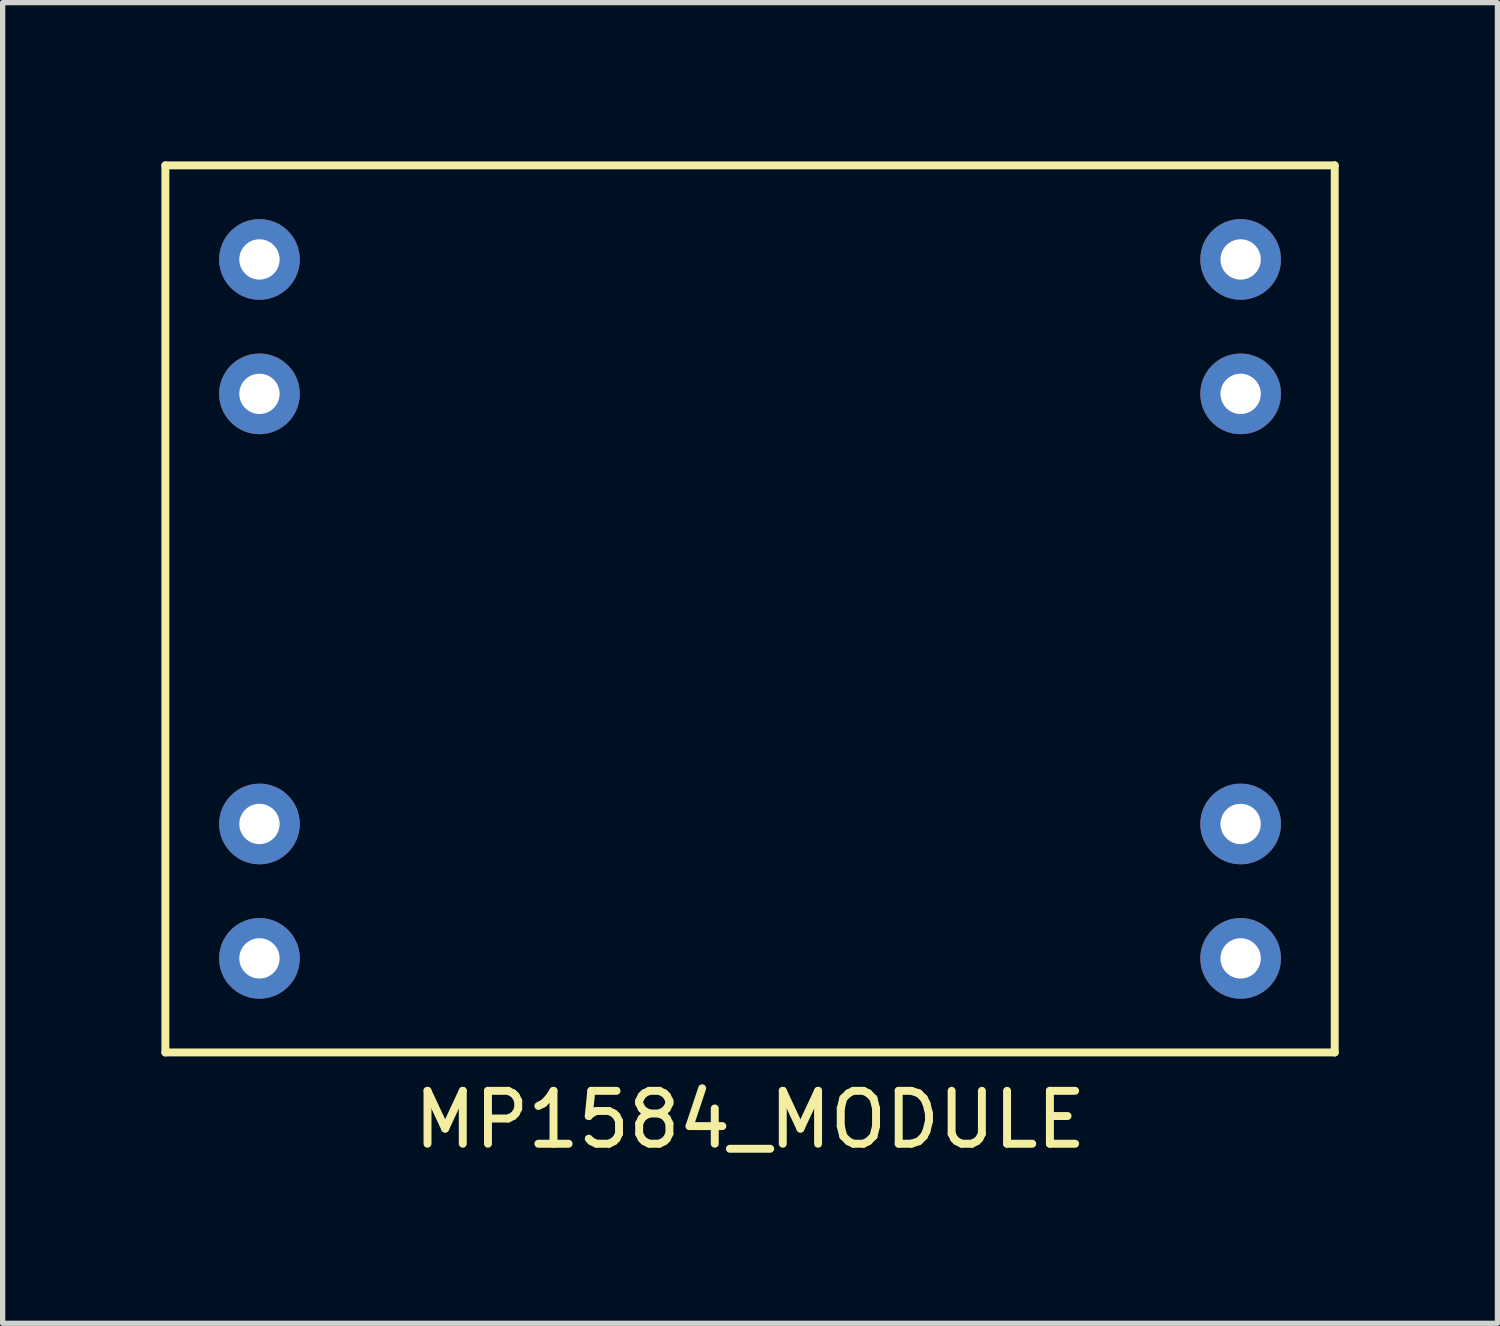
<source format=kicad_pcb>
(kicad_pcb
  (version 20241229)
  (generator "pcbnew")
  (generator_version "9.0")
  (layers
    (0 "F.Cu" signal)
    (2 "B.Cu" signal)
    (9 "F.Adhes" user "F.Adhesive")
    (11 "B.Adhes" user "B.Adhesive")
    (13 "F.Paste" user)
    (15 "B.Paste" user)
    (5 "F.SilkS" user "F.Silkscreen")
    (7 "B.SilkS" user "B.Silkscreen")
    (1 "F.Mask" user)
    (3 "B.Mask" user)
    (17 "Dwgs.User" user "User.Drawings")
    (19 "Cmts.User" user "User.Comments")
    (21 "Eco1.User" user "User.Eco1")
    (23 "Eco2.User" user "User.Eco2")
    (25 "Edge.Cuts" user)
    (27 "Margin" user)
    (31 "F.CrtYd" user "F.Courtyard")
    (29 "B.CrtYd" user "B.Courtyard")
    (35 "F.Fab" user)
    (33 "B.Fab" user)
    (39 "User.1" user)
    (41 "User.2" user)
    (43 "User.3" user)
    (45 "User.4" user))
  (footprint "MP1584_MODULE"
    (layer "F.Cu")
    (at 11.124 8.457)
    (property "Reference" "MP1584_MODULE" (at 0 9.652 0) (layer "F.SilkS") (effects (font (size 1 1) (thickness 0.15))))
    (attr through_hole)
    (fp_line (start -11.049 -8.382) (end -11.049 8.382) (stroke (width 0.15) (type solid)) (layer "F.SilkS"))
    (fp_line (start -11.049 -8.382) (end 11.049 -8.382) (stroke (width 0.15) (type solid)) (layer "F.SilkS"))
    (fp_line (start -11.049 8.382) (end 11.049 8.382) (stroke (width 0.15) (type solid)) (layer "F.SilkS"))
    (fp_line (start 11.049 -8.382) (end 11.049 8.382) (stroke (width 0.15) (type solid)) (layer "F.SilkS"))
    (pad "1" thru_hole circle (at -9.271 -6.604) (size 1.524 1.524) (drill 0.762) (layers "*.Cu" "*.Mask"))
    (pad "1" thru_hole circle (at -9.271 -4.064) (size 1.524 1.524) (drill 0.762) (layers "*.Cu" "*.Mask"))
    (pad "2" thru_hole circle (at -9.271 4.064 90) (size 1.524 1.524) (drill 0.762) (layers "*.Cu" "*.Mask"))
    (pad "2" thru_hole circle (at -9.271 6.604 90) (size 1.524 1.524) (drill 0.762) (layers "*.Cu" "*.Mask"))
    (pad "3" thru_hole circle (at 9.271 4.064 180) (size 1.524 1.524) (drill 0.762) (layers "*.Cu" "*.Mask"))
    (pad "3" thru_hole circle (at 9.271 6.604 90) (size 1.524 1.524) (drill 0.762) (layers "*.Cu" "*.Mask"))
    (pad "4" thru_hole circle (at 9.271 -6.604 90) (size 1.524 1.524) (drill 0.762) (layers "*.Cu" "*.Mask"))
    (pad "4" thru_hole circle (at 9.271 -4.064 90) (size 1.524 1.524) (drill 0.762) (layers "*.Cu" "*.Mask")))
  (gr_rect
    (start -3 -3)
    (end 25.248 21.957)
    (stroke (width 0.1) (type default))
    (fill no)
    (layer "Edge.Cuts")))
</source>
